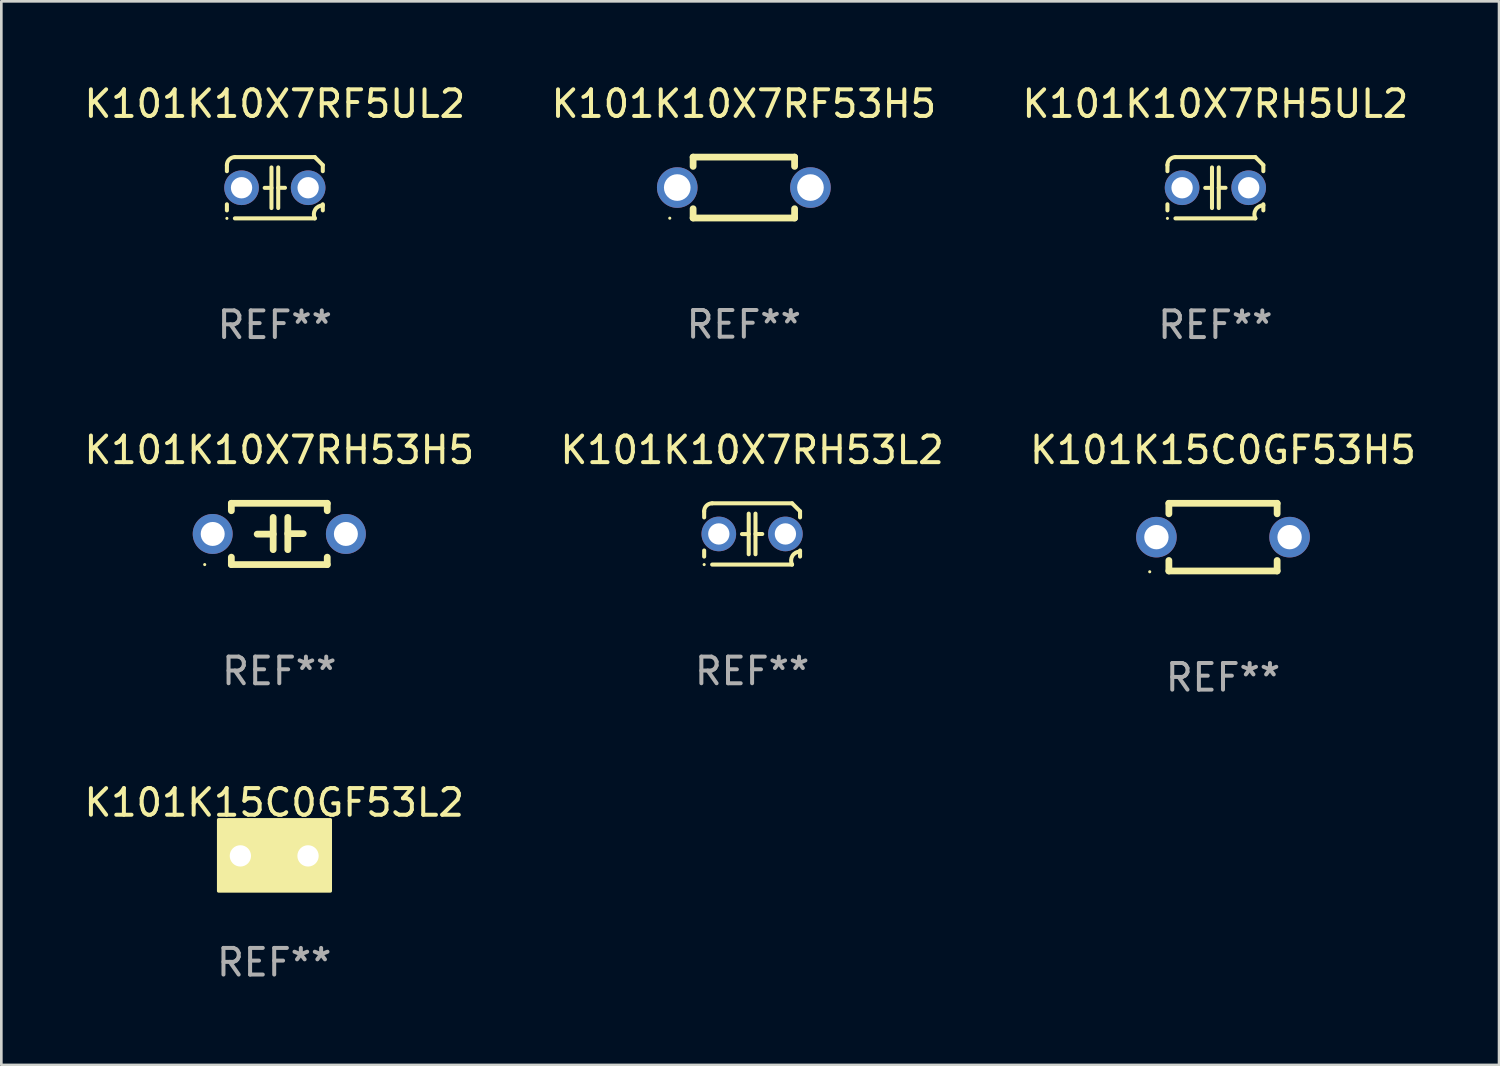
<source format=kicad_pcb>
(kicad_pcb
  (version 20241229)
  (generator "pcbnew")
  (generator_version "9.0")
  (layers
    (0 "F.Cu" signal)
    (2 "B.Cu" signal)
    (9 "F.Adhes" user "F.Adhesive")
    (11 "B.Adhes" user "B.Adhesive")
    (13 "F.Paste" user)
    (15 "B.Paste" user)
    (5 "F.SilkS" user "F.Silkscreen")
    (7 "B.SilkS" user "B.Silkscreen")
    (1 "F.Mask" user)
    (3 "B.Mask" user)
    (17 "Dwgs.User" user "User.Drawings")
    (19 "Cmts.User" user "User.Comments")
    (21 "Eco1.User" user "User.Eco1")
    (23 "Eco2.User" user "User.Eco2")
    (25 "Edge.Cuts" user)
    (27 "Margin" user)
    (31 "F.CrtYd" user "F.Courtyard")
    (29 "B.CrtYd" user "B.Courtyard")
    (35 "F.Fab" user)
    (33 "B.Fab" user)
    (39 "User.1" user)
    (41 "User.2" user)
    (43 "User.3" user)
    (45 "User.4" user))
  (footprint "K101K15C0GF53H5"
    (layer "F.Cu")
    (at 42.863 17.115)
    (property "Reference" "K101K15C0GF53H5" (at 0 -3.27 0) (layer "F.SilkS") (effects (font (size 1 1) (thickness 0.15))))
    (attr through_hole)
    (fp_line (start -2.032 -1.27) (end -2.032 -0.876) (stroke (width 0.254) (type solid)) (layer "F.SilkS"))
    (fp_line (start -2.032 0.876) (end -2.032 1.27) (stroke (width 0.254) (type solid)) (layer "F.SilkS"))
    (fp_line (start -2.032 1.27) (end 2.032 1.27) (stroke (width 0.254) (type solid)) (layer "F.SilkS"))
    (fp_line (start 2.032 -1.27) (end -2.032 -1.27) (stroke (width 0.254) (type solid)) (layer "F.SilkS"))
    (fp_line (start 2.032 -0.876) (end 2.032 -1.27) (stroke (width 0.254) (type solid)) (layer "F.SilkS"))
    (fp_line (start 2.032 1.27) (end 2.032 0.876) (stroke (width 0.254) (type solid)) (layer "F.SilkS"))
    (fp_circle (center -2.751 1.3) (end -2.721 1.3) (stroke (width 0.06) (type solid)) (fill no) (layer "F.SilkS"))
    (fp_text user "REF**" (at 0 5.27 0) (layer "F.Fab") (effects (font (size 1 1) (thickness 0.15))))
    (pad "1" thru_hole circle (at -2.5 0) (size 1.524 1.524) (drill 0.914) (layers "*.Cu" "*.Mask"))
    (pad "2" thru_hole circle (at 2.5 0) (size 1.524 1.524) (drill 0.914) (layers "*.Cu" "*.Mask")))
  (footprint "K101K10X7RF53H5"
    (layer "F.Cu")
    (at 24.875 3.991)
    (property "Reference" "K101K10X7RF53H5" (at 0 -3.143 0) (layer "F.SilkS") (effects (font (size 1 1) (thickness 0.15))))
    (attr through_hole)
    (fp_line (start -1.905 -1.143) (end 1.905 -1.143) (stroke (width 0.254) (type solid)) (layer "F.SilkS"))
    (fp_line (start -1.905 -0.795) (end -1.905 -1.143) (stroke (width 0.254) (type solid)) (layer "F.SilkS"))
    (fp_line (start -1.905 1.143) (end -1.905 0.795) (stroke (width 0.254) (type solid)) (layer "F.SilkS"))
    (fp_line (start 1.905 -1.143) (end 1.905 -0.795) (stroke (width 0.254) (type solid)) (layer "F.SilkS"))
    (fp_line (start 1.905 0.795) (end 1.905 1.143) (stroke (width 0.254) (type solid)) (layer "F.SilkS"))
    (fp_line (start 1.905 1.143) (end -1.905 1.143) (stroke (width 0.254) (type solid)) (layer "F.SilkS"))
    (fp_circle (center -2.781 1.15) (end -2.751 1.15) (stroke (width 0.06) (type solid)) (fill no) (layer "F.SilkS"))
    (fp_text user "REF**" (at 0 5.143 0) (layer "F.Fab") (effects (font (size 1 1) (thickness 0.15))))
    (pad "1" thru_hole circle (at -2.5 0) (size 1.524 1.524) (drill 1) (layers "*.Cu" "*.Mask"))
    (pad "2" thru_hole circle (at 2.5 0) (size 1.524 1.524) (drill 1) (layers "*.Cu" "*.Mask")))
  (footprint "K101K10X7RH53H5"
    (layer "F.Cu")
    (at 7.435 16.995)
    (property "Reference" "K101K10X7RH53H5" (at 0 -3.15 0) (layer "F.SilkS") (effects (font (size 1 1) (thickness 0.15))))
    (attr through_hole)
    (fp_line (start -1.8 -1.15) (end -1.8 -0.872) (stroke (width 0.254) (type solid)) (layer "F.SilkS"))
    (fp_line (start -1.8 -1.15) (end 1.8 -1.15) (stroke (width 0.254) (type solid)) (layer "F.SilkS"))
    (fp_line (start -1.8 0.872) (end -1.8 1.15) (stroke (width 0.254) (type solid)) (layer "F.SilkS"))
    (fp_line (start -1.8 1.15) (end 1.8 1.15) (stroke (width 0.254) (type solid)) (layer "F.SilkS"))
    (fp_line (start -0.23 -0.62) (end -0.23 0.59) (stroke (width 0.254) (type solid)) (layer "F.SilkS"))
    (fp_line (start -0.23 0.007) (end -0.83 0.007) (stroke (width 0.254) (type solid)) (layer "F.SilkS"))
    (fp_line (start 0.32 -0.62) (end 0.32 0.59) (stroke (width 0.254) (type solid)) (layer "F.SilkS"))
    (fp_line (start 0.32 -0.012) (end 0.9 -0.012) (stroke (width 0.254) (type solid)) (layer "F.SilkS"))
    (fp_line (start 1.8 -1.15) (end 1.8 -0.872) (stroke (width 0.254) (type solid)) (layer "F.SilkS"))
    (fp_line (start 1.8 0.872) (end 1.8 1.15) (stroke (width 0.254) (type solid)) (layer "F.SilkS"))
    (fp_circle (center -2.8 1.15) (end -2.77 1.15) (stroke (width 0.06) (type solid)) (fill no) (layer "F.SilkS"))
    (fp_text user "REF**" (at 0 5.15 0) (layer "F.Fab") (effects (font (size 1 1) (thickness 0.15))))
    (pad "1" thru_hole circle (at -2.5 0) (size 1.5 1.5) (drill 0.9) (layers "*.Cu" "*.Mask"))
    (pad "2" thru_hole circle (at 2.5 0) (size 1.5 1.5) (drill 0.9) (layers "*.Cu" "*.Mask")))
  (footprint "K101K10X7RH5UL2"
    (layer "F.Cu")
    (at 42.577 3.998)
    (property "Reference" "K101K10X7RH5UL2" (at 0 -3.15 0) (layer "F.SilkS") (effects (font (size 1 1) (thickness 0.15))))
    (attr through_hole)
    (fp_line (start -1.8 -0.621) (end -1.8 -0.85) (stroke (width 0.152) (type solid)) (layer "F.SilkS"))
    (fp_line (start -1.8 0.85) (end -1.8 0.621) (stroke (width 0.152) (type solid)) (layer "F.SilkS"))
    (fp_line (start -1.5 -1.15) (end 1.5 -1.15) (stroke (width 0.152) (type solid)) (layer "F.SilkS"))
    (fp_line (start -0.127 -0.762) (end -0.127 0.762) (stroke (width 0.152) (type solid)) (layer "F.SilkS"))
    (fp_line (start -0.127 0.005) (end -0.381 0.005) (stroke (width 0.152) (type solid)) (layer "F.SilkS"))
    (fp_line (start 0.127 -0.762) (end 0.127 0.762) (stroke (width 0.152) (type solid)) (layer "F.SilkS"))
    (fp_line (start 0.127 0.002) (end 0.381 0.002) (stroke (width 0.152) (type solid)) (layer "F.SilkS"))
    (fp_line (start 1.5 1.15) (end -1.5 1.15) (stroke (width 0.152) (type solid)) (layer "F.SilkS"))
    (fp_line (start 1.8 -0.85) (end 1.8 -0.621) (stroke (width 0.152) (type solid)) (layer "F.SilkS"))
    (fp_line (start 1.8 0.621) (end 1.8 0.85) (stroke (width 0.152) (type solid)) (layer "F.SilkS"))
    (fp_arc (start -1.799975 -0.849987) (mid -1.712107 -1.062119) (end -1.499975 -1.149987) (stroke (width 0.151994) (type solid)) (layer "F.SilkS"))
    (fp_arc (start 1.499975 1.149987) (mid 1.513726 0.822359) (end 1.799975 0.662387) (stroke (width 0.151994) (type solid)) (layer "F.SilkS"))
    (fp_arc (start 1.500001 -1.149986) (mid 1.650015 -1.000001) (end 1.8 -0.849987) (stroke (width 0.151994) (type solid)) (layer "F.SilkS"))
    (fp_circle (center -1.8 1.15) (end -1.77 1.15) (stroke (width 0.06) (type solid)) (fill no) (layer "F.SilkS"))
    (fp_text user "REF**" (at 0 5.15 0) (layer "F.Fab") (effects (font (size 1 1) (thickness 0.15))))
    (pad "1" thru_hole circle (at -1.25 0) (size 1.3 1.3) (drill 0.8) (layers "*.Cu" "*.Mask"))
    (pad "2" thru_hole circle (at 1.25 0) (size 1.3 1.3) (drill 0.8) (layers "*.Cu" "*.Mask")))
  (footprint "K101K10X7RF5UL2"
    (layer "F.Cu")
    (at 7.268 3.998)
    (property "Reference" "K101K10X7RF5UL2" (at 0 -3.15 0) (layer "F.SilkS") (effects (font (size 1 1) (thickness 0.15))))
    (attr through_hole)
    (fp_line (start -1.8 -0.621) (end -1.8 -0.85) (stroke (width 0.152) (type solid)) (layer "F.SilkS"))
    (fp_line (start -1.8 0.85) (end -1.8 0.621) (stroke (width 0.152) (type solid)) (layer "F.SilkS"))
    (fp_line (start -1.5 -1.15) (end 1.5 -1.15) (stroke (width 0.152) (type solid)) (layer "F.SilkS"))
    (fp_line (start -0.127 -0.762) (end -0.127 0.762) (stroke (width 0.152) (type solid)) (layer "F.SilkS"))
    (fp_line (start -0.127 0.005) (end -0.381 0.005) (stroke (width 0.152) (type solid)) (layer "F.SilkS"))
    (fp_line (start 0.127 -0.762) (end 0.127 0.762) (stroke (width 0.152) (type solid)) (layer "F.SilkS"))
    (fp_line (start 0.127 0.002) (end 0.381 0.002) (stroke (width 0.152) (type solid)) (layer "F.SilkS"))
    (fp_line (start 1.5 1.15) (end -1.5 1.15) (stroke (width 0.152) (type solid)) (layer "F.SilkS"))
    (fp_line (start 1.8 -0.85) (end 1.8 -0.621) (stroke (width 0.152) (type solid)) (layer "F.SilkS"))
    (fp_line (start 1.8 0.621) (end 1.8 0.85) (stroke (width 0.152) (type solid)) (layer "F.SilkS"))
    (fp_arc (start -1.799975 -0.849987) (mid -1.712107 -1.062119) (end -1.499975 -1.149987) (stroke (width 0.151994) (type solid)) (layer "F.SilkS"))
    (fp_arc (start 1.499975 1.149987) (mid 1.513726 0.822359) (end 1.799975 0.662387) (stroke (width 0.151994) (type solid)) (layer "F.SilkS"))
    (fp_arc (start 1.500001 -1.149986) (mid 1.650015 -1.000001) (end 1.8 -0.849987) (stroke (width 0.151994) (type solid)) (layer "F.SilkS"))
    (fp_circle (center -1.8 1.15) (end -1.77 1.15) (stroke (width 0.06) (type solid)) (fill no) (layer "F.SilkS"))
    (fp_text user "REF**" (at 0 5.15 0) (layer "F.Fab") (effects (font (size 1 1) (thickness 0.15))))
    (pad "1" thru_hole circle (at -1.25 0) (size 1.3 1.3) (drill 0.8) (layers "*.Cu" "*.Mask"))
    (pad "2" thru_hole circle (at 1.25 0) (size 1.3 1.3) (drill 0.8) (layers "*.Cu" "*.Mask")))
  (footprint "K101K15C0GF53L2"
    (layer "F.Cu")
    (at 7.244 29.081)
    (property "Reference" "K101K15C0GF53L2" (at 0 -2 0) (layer "F.SilkS") (effects (font (size 1 1) (thickness 0.15))))
    (attr through_hole)
    (fp_circle (center -2 1.3) (end -1.97 1.3) (stroke (width 0.06) (type solid)) (fill no) (layer "F.SilkS"))
    (fp_poly (pts (xy -2.09 -1.36) (xy 2.11 -1.36) (xy 2.11 1.32) (xy -2.09 1.32)) (stroke (width 0.12) (type solid)) (fill yes) (layer "F.SilkS"))
    (fp_text user "REF**" (at 0 4 0) (layer "F.Fab") (effects (font (size 1 1) (thickness 0.15))))
    (pad "1" thru_hole circle (at -1.27 0) (size 1.4 1.4) (drill 0.8) (layers "*.Cu" "*.Mask"))
    (pad "2" thru_hole circle (at 1.27 0) (size 1.4 1.4) (drill 0.8) (layers "*.Cu" "*.Mask")))
  (footprint "K101K10X7RH53L2"
    (layer "F.Cu")
    (at 25.185 16.995)
    (property "Reference" "K101K10X7RH53L2" (at 0 -3.15 0) (layer "F.SilkS") (effects (font (size 1 1) (thickness 0.15))))
    (attr through_hole)
    (fp_line (start -1.8 -0.621) (end -1.8 -0.85) (stroke (width 0.152) (type solid)) (layer "F.SilkS"))
    (fp_line (start -1.8 0.85) (end -1.8 0.621) (stroke (width 0.152) (type solid)) (layer "F.SilkS"))
    (fp_line (start -1.5 -1.15) (end 1.5 -1.15) (stroke (width 0.152) (type solid)) (layer "F.SilkS"))
    (fp_line (start -0.127 -0.762) (end -0.127 0.762) (stroke (width 0.152) (type solid)) (layer "F.SilkS"))
    (fp_line (start -0.127 0.005) (end -0.381 0.005) (stroke (width 0.152) (type solid)) (layer "F.SilkS"))
    (fp_line (start 0.127 -0.762) (end 0.127 0.762) (stroke (width 0.152) (type solid)) (layer "F.SilkS"))
    (fp_line (start 0.127 0.002) (end 0.381 0.002) (stroke (width 0.152) (type solid)) (layer "F.SilkS"))
    (fp_line (start 1.5 1.15) (end -1.5 1.15) (stroke (width 0.152) (type solid)) (layer "F.SilkS"))
    (fp_line (start 1.8 -0.85) (end 1.8 -0.621) (stroke (width 0.152) (type solid)) (layer "F.SilkS"))
    (fp_line (start 1.8 0.621) (end 1.8 0.85) (stroke (width 0.152) (type solid)) (layer "F.SilkS"))
    (fp_arc (start -1.799975 -0.849987) (mid -1.712107 -1.062119) (end -1.499975 -1.149987) (stroke (width 0.151994) (type solid)) (layer "F.SilkS"))
    (fp_arc (start 1.499975 1.149987) (mid 1.513726 0.822359) (end 1.799975 0.662387) (stroke (width 0.151994) (type solid)) (layer "F.SilkS"))
    (fp_arc (start 1.500001 -1.149986) (mid 1.650015 -1.000001) (end 1.8 -0.849987) (stroke (width 0.151994) (type solid)) (layer "F.SilkS"))
    (fp_circle (center -1.8 1.15) (end -1.77 1.15) (stroke (width 0.06) (type solid)) (fill no) (layer "F.SilkS"))
    (fp_text user "REF**" (at 0 5.15 0) (layer "F.Fab") (effects (font (size 1 1) (thickness 0.15))))
    (pad "1" thru_hole circle (at -1.25 0) (size 1.3 1.3) (drill 0.8) (layers "*.Cu" "*.Mask"))
    (pad "2" thru_hole circle (at 1.25 0) (size 1.3 1.3) (drill 0.8) (layers "*.Cu" "*.Mask")))
  (gr_rect
    (start -3 -3)
    (end 53.226 36.929)
    (stroke (width 0.1) (type default))
    (fill no)
    (layer "Edge.Cuts")))
</source>
